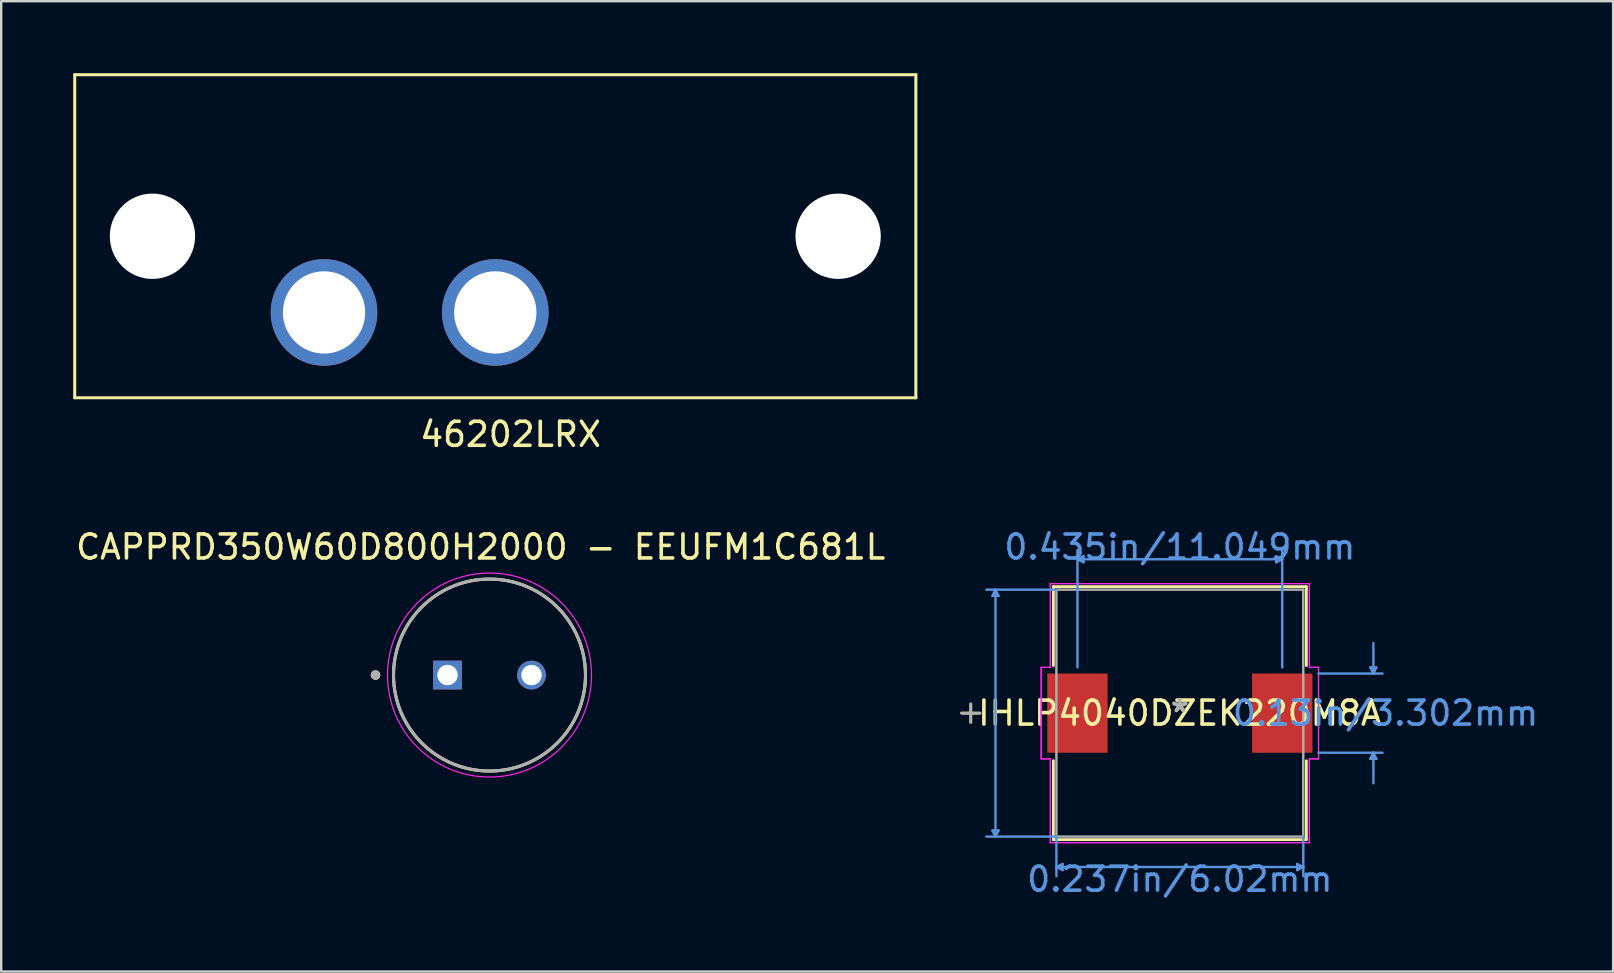
<source format=kicad_pcb>
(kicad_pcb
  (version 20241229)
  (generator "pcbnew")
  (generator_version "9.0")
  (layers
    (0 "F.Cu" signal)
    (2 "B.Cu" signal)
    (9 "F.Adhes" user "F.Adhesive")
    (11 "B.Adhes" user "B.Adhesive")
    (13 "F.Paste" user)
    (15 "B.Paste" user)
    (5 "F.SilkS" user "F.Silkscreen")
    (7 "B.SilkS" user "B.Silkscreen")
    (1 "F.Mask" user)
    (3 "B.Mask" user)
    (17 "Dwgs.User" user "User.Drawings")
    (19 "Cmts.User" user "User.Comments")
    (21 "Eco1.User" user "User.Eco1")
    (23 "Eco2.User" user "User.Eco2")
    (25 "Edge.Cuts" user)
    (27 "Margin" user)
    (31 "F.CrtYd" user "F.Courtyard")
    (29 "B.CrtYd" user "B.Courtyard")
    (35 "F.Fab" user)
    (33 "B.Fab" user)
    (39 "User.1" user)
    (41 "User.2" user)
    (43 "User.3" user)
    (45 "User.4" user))
  (footprint "IHLP4040DZEK220M8A"
    (layer "F.Cu")
    (at 46.117 26.668)
    (property "Reference" "IHLP4040DZEK220M8A" (at 0 0 0) (layer "F.SilkS") (effects (font (size 1 1) (thickness 0.15))))
    (attr through_hole)
    (fp_line (start -8.712 -0.381) (end -8.712 0.381) (stroke (width 0.12) (type solid)) (layer "F.SilkS"))
    (fp_line (start -8.331 0) (end -9.093 0) (stroke (width 0.12) (type solid)) (layer "F.SilkS"))
    (fp_line (start -5.271 -5.271) (end -5.271 -1.984) (stroke (width 0.12) (type solid)) (layer "F.SilkS"))
    (fp_line (start -5.271 1.984) (end -5.271 5.271) (stroke (width 0.12) (type solid)) (layer "F.SilkS"))
    (fp_line (start -5.271 5.271) (end 5.271 5.271) (stroke (width 0.12) (type solid)) (layer "F.SilkS"))
    (fp_line (start 5.271 -5.271) (end -5.271 -5.271) (stroke (width 0.12) (type solid)) (layer "F.SilkS"))
    (fp_line (start 5.271 -1.984) (end 5.271 -5.271) (stroke (width 0.12) (type solid)) (layer "F.SilkS"))
    (fp_line (start 5.271 5.271) (end 5.271 1.984) (stroke (width 0.12) (type solid)) (layer "F.SilkS"))
    (fp_line (start -7.811 -4.889) (end -7.556 -4.889) (stroke (width 0.1) (type solid)) (layer "Cmts.User"))
    (fp_line (start -7.811 4.889) (end -7.556 4.889) (stroke (width 0.1) (type solid)) (layer "Cmts.User"))
    (fp_line (start -7.684 -5.144) (end -7.811 -4.889) (stroke (width 0.1) (type solid)) (layer "Cmts.User"))
    (fp_line (start -7.684 -5.144) (end -7.684 5.144) (stroke (width 0.1) (type solid)) (layer "Cmts.User"))
    (fp_line (start -7.684 -5.144) (end -7.556 -4.889) (stroke (width 0.1) (type solid)) (layer "Cmts.User"))
    (fp_line (start -7.684 5.144) (end -7.811 4.889) (stroke (width 0.1) (type solid)) (layer "Cmts.User"))
    (fp_line (start -7.684 5.144) (end -7.556 4.889) (stroke (width 0.1) (type solid)) (layer "Cmts.User"))
    (fp_line (start -5.144 -5.144) (end -8.065 -5.144) (stroke (width 0.1) (type solid)) (layer "Cmts.User"))
    (fp_line (start -5.144 5.144) (end -8.065 5.144) (stroke (width 0.1) (type solid)) (layer "Cmts.User"))
    (fp_line (start -5.144 5.144) (end -5.144 6.795) (stroke (width 0.1) (type solid)) (layer "Cmts.User"))
    (fp_line (start -5.144 6.413) (end -4.889 6.287) (stroke (width 0.1) (type solid)) (layer "Cmts.User"))
    (fp_line (start -5.144 6.413) (end -4.889 6.54) (stroke (width 0.1) (type solid)) (layer "Cmts.User"))
    (fp_line (start -5.144 6.413) (end 5.144 6.413) (stroke (width 0.1) (type solid)) (layer "Cmts.User"))
    (fp_line (start -4.889 6.287) (end -4.889 6.54) (stroke (width 0.1) (type solid)) (layer "Cmts.User"))
    (fp_line (start -4.267 -6.413) (end -4.013 -6.54) (stroke (width 0.1) (type solid)) (layer "Cmts.User"))
    (fp_line (start -4.267 -6.413) (end -4.013 -6.287) (stroke (width 0.1) (type solid)) (layer "Cmts.User"))
    (fp_line (start -4.267 -6.413) (end 4.267 -6.413) (stroke (width 0.1) (type solid)) (layer "Cmts.User"))
    (fp_line (start -4.267 -1.905) (end -4.267 -6.795) (stroke (width 0.1) (type solid)) (layer "Cmts.User"))
    (fp_line (start -4.013 -6.54) (end -4.013 -6.287) (stroke (width 0.1) (type solid)) (layer "Cmts.User"))
    (fp_line (start 4.013 -6.54) (end 4.013 -6.287) (stroke (width 0.1) (type solid)) (layer "Cmts.User"))
    (fp_line (start 4.267 -6.413) (end 4.013 -6.54) (stroke (width 0.1) (type solid)) (layer "Cmts.User"))
    (fp_line (start 4.267 -6.413) (end 4.013 -6.287) (stroke (width 0.1) (type solid)) (layer "Cmts.User"))
    (fp_line (start 4.267 -1.905) (end 4.267 -6.795) (stroke (width 0.1) (type solid)) (layer "Cmts.User"))
    (fp_line (start 4.889 6.287) (end 4.889 6.54) (stroke (width 0.1) (type solid)) (layer "Cmts.User"))
    (fp_line (start 5.144 5.144) (end 5.144 6.795) (stroke (width 0.1) (type solid)) (layer "Cmts.User"))
    (fp_line (start 5.144 6.413) (end 4.889 6.287) (stroke (width 0.1) (type solid)) (layer "Cmts.User"))
    (fp_line (start 5.144 6.413) (end 4.889 6.54) (stroke (width 0.1) (type solid)) (layer "Cmts.User"))
    (fp_line (start 5.779 -1.651) (end 8.445 -1.651) (stroke (width 0.1) (type solid)) (layer "Cmts.User"))
    (fp_line (start 5.779 1.651) (end 8.445 1.651) (stroke (width 0.1) (type solid)) (layer "Cmts.User"))
    (fp_line (start 7.938 -1.905) (end 8.191 -1.905) (stroke (width 0.1) (type solid)) (layer "Cmts.User"))
    (fp_line (start 7.938 1.905) (end 8.191 1.905) (stroke (width 0.1) (type solid)) (layer "Cmts.User"))
    (fp_line (start 8.065 -1.651) (end 7.938 -1.905) (stroke (width 0.1) (type solid)) (layer "Cmts.User"))
    (fp_line (start 8.065 -1.651) (end 8.065 -2.921) (stroke (width 0.1) (type solid)) (layer "Cmts.User"))
    (fp_line (start 8.065 -1.651) (end 8.191 -1.905) (stroke (width 0.1) (type solid)) (layer "Cmts.User"))
    (fp_line (start 8.065 1.651) (end 7.938 1.905) (stroke (width 0.1) (type solid)) (layer "Cmts.User"))
    (fp_line (start 8.065 1.651) (end 8.065 2.921) (stroke (width 0.1) (type solid)) (layer "Cmts.User"))
    (fp_line (start 8.065 1.651) (end 8.191 1.905) (stroke (width 0.1) (type solid)) (layer "Cmts.User"))
    (fp_line (start -5.779 -1.905) (end -5.397 -1.905) (stroke (width 0.05) (type solid)) (layer "F.CrtYd"))
    (fp_line (start -5.779 -1.905) (end -5.397 -1.905) (stroke (width 0.05) (type solid)) (layer "F.CrtYd"))
    (fp_line (start -5.779 1.905) (end -5.779 -1.905) (stroke (width 0.05) (type solid)) (layer "F.CrtYd"))
    (fp_line (start -5.779 1.905) (end -5.779 -1.905) (stroke (width 0.05) (type solid)) (layer "F.CrtYd"))
    (fp_line (start -5.397 -5.397) (end 5.397 -5.397) (stroke (width 0.05) (type solid)) (layer "F.CrtYd"))
    (fp_line (start -5.397 -5.397) (end 5.397 -5.397) (stroke (width 0.05) (type solid)) (layer "F.CrtYd"))
    (fp_line (start -5.397 -1.905) (end -5.397 -5.397) (stroke (width 0.05) (type solid)) (layer "F.CrtYd"))
    (fp_line (start -5.397 -1.905) (end -5.397 -5.397) (stroke (width 0.05) (type solid)) (layer "F.CrtYd"))
    (fp_line (start -5.397 1.905) (end -5.779 1.905) (stroke (width 0.05) (type solid)) (layer "F.CrtYd"))
    (fp_line (start -5.397 1.905) (end -5.779 1.905) (stroke (width 0.05) (type solid)) (layer "F.CrtYd"))
    (fp_line (start -5.397 5.397) (end -5.397 1.905) (stroke (width 0.05) (type solid)) (layer "F.CrtYd"))
    (fp_line (start -5.397 5.397) (end -5.397 1.905) (stroke (width 0.05) (type solid)) (layer "F.CrtYd"))
    (fp_line (start 5.397 -5.397) (end 5.397 -1.905) (stroke (width 0.05) (type solid)) (layer "F.CrtYd"))
    (fp_line (start 5.397 -5.397) (end 5.397 -1.905) (stroke (width 0.05) (type solid)) (layer "F.CrtYd"))
    (fp_line (start 5.397 -1.905) (end 5.779 -1.905) (stroke (width 0.05) (type solid)) (layer "F.CrtYd"))
    (fp_line (start 5.397 -1.905) (end 5.779 -1.905) (stroke (width 0.05) (type solid)) (layer "F.CrtYd"))
    (fp_line (start 5.397 1.905) (end 5.397 5.397) (stroke (width 0.05) (type solid)) (layer "F.CrtYd"))
    (fp_line (start 5.397 1.905) (end 5.397 5.397) (stroke (width 0.05) (type solid)) (layer "F.CrtYd"))
    (fp_line (start 5.397 5.397) (end -5.397 5.397) (stroke (width 0.05) (type solid)) (layer "F.CrtYd"))
    (fp_line (start 5.397 5.397) (end -5.397 5.397) (stroke (width 0.05) (type solid)) (layer "F.CrtYd"))
    (fp_line (start 5.779 -1.905) (end 5.779 1.905) (stroke (width 0.05) (type solid)) (layer "F.CrtYd"))
    (fp_line (start 5.779 -1.905) (end 5.779 1.905) (stroke (width 0.05) (type solid)) (layer "F.CrtYd"))
    (fp_line (start 5.779 1.905) (end 5.397 1.905) (stroke (width 0.05) (type solid)) (layer "F.CrtYd"))
    (fp_line (start 5.779 1.905) (end 5.397 1.905) (stroke (width 0.05) (type solid)) (layer "F.CrtYd"))
    (fp_line (start -8.712 -0.381) (end -8.712 0.381) (stroke (width 0.1) (type solid)) (layer "F.Fab"))
    (fp_line (start -8.331 0) (end -9.093 0) (stroke (width 0.1) (type solid)) (layer "F.Fab"))
    (fp_line (start -5.144 -5.144) (end -5.144 5.144) (stroke (width 0.1) (type solid)) (layer "F.Fab"))
    (fp_line (start -5.144 5.144) (end 5.144 5.144) (stroke (width 0.1) (type solid)) (layer "F.Fab"))
    (fp_line (start 5.144 -5.144) (end -5.144 -5.144) (stroke (width 0.1) (type solid)) (layer "F.Fab"))
    (fp_line (start 5.144 5.144) (end 5.144 -5.144) (stroke (width 0.1) (type solid)) (layer "F.Fab"))
    (fp_text user "*" (at 0 0 0) (layer "F.SilkS") (effects (font (size 1 1) (thickness 0.15))))
    (fp_text user "0.435in/11.049mm" (at 0 -6.921 0) (layer "Cmts.User") (effects (font (size 1 1) (thickness 0.15))))
    (fp_text user "0.13in/3.302mm" (at 8.572 0 0) (layer "Cmts.User") (effects (font (size 1 1) (thickness 0.15))))
    (fp_text user "0.237in/6.02mm" (at 0 6.921 0) (layer "Cmts.User") (effects (font (size 1 1) (thickness 0.15))))
    (fp_text user "Copyright 2021 Accelerated Designs. All rights reserved." (at 0 0 0) (layer "Cmts.User") (effects (font (size 0.127 0.127) (thickness 0.002))))
    (fp_text user "*" (at 0 0 0) (layer "F.Fab") (effects (font (size 1 1) (thickness 0.15))))
    (pad "1" smd rect (at -4.267 0) (size 2.515 3.302) (layers "F.Cu" "F.Mask" "F.Paste"))
    (pad "2" smd rect (at 4.267 0) (size 2.515 3.302) (layers "F.Cu" "F.Mask" "F.Paste")))
  (footprint "46202LRX"
    (layer "F.Cu")
    (at 17.59 6.795)
    (property "Reference" "46202LRX" (at 0.635 8.255 0) (layer "F.SilkS") (effects (font (size 1 1) (thickness 0.15))))
    (attr through_hole)
    (fp_line (start -17.526 -6.731) (end 17.526 -6.731) (stroke (width 0.127) (type solid)) (layer "F.SilkS"))
    (fp_line (start -17.526 6.731) (end -17.526 -6.731) (stroke (width 0.127) (type solid)) (layer "F.SilkS"))
    (fp_line (start 17.526 -6.731) (end 17.526 6.731) (stroke (width 0.127) (type solid)) (layer "F.SilkS"))
    (fp_line (start 17.526 6.731) (end -17.526 6.731) (stroke (width 0.127) (type solid)) (layer "F.SilkS"))
    (pad "" np_thru_hole circle (at -14.287 0) (size 3.556 3.556) (drill 3.556) (layers "*.Cu" "*.Mask"))
    (pad "" np_thru_hole circle (at 14.287 0) (size 3.556 3.556) (drill 3.556) (layers "*.Cu" "*.Mask"))
    (pad "P$1" thru_hole circle (at -7.137 3.175) (size 4.445 4.445) (drill 3.429) (layers "*.Cu" "*.Mask"))
    (pad "P$2" thru_hole circle (at 0 3.175) (size 4.445 4.445) (drill 3.429) (layers "*.Cu" "*.Mask")))
  (footprint "CAPPRD350W60D800H2000 - EEUFM1C681L"
    (layer "F.Cu")
    (at 17.349 25.081)
    (property "Reference" "CAPPRD350W60D800H2000 - EEUFM1C681L" (at -0.367 -5.335 0) (layer "F.SilkS") (effects (font (size 1 1) (thickness 0.15))))
    (attr through_hole)
    (fp_circle (center -4.75 0) (end -4.65 0) (stroke (width 0.2) (type solid)) (fill no) (layer "F.SilkS"))
    (fp_circle (center 0 0) (end 4 0) (stroke (width 0.127) (type solid)) (fill no) (layer "F.SilkS"))
    (fp_circle (center 0 0) (end 4.25 0) (stroke (width 0.05) (type solid)) (fill no) (layer "F.CrtYd"))
    (fp_circle (center -4.75 0) (end -4.65 0) (stroke (width 0.2) (type solid)) (fill no) (layer "F.Fab"))
    (fp_circle (center 0 0) (end 4 0) (stroke (width 0.127) (type solid)) (fill no) (layer "F.Fab"))
    (pad "N" thru_hole circle (at 1.75 0) (size 1.2 1.2) (drill 0.85) (layers "*.Cu" "*.Mask"))
    (pad "P" thru_hole rect (at -1.75 0) (size 1.2 1.2) (drill 0.85) (layers "*.Cu" "*.Mask")))
  (gr_rect
    (start -3 -3)
    (end 64.172 37.437)
    (stroke (width 0.1) (type default))
    (fill no)
    (layer "Edge.Cuts")))
</source>
